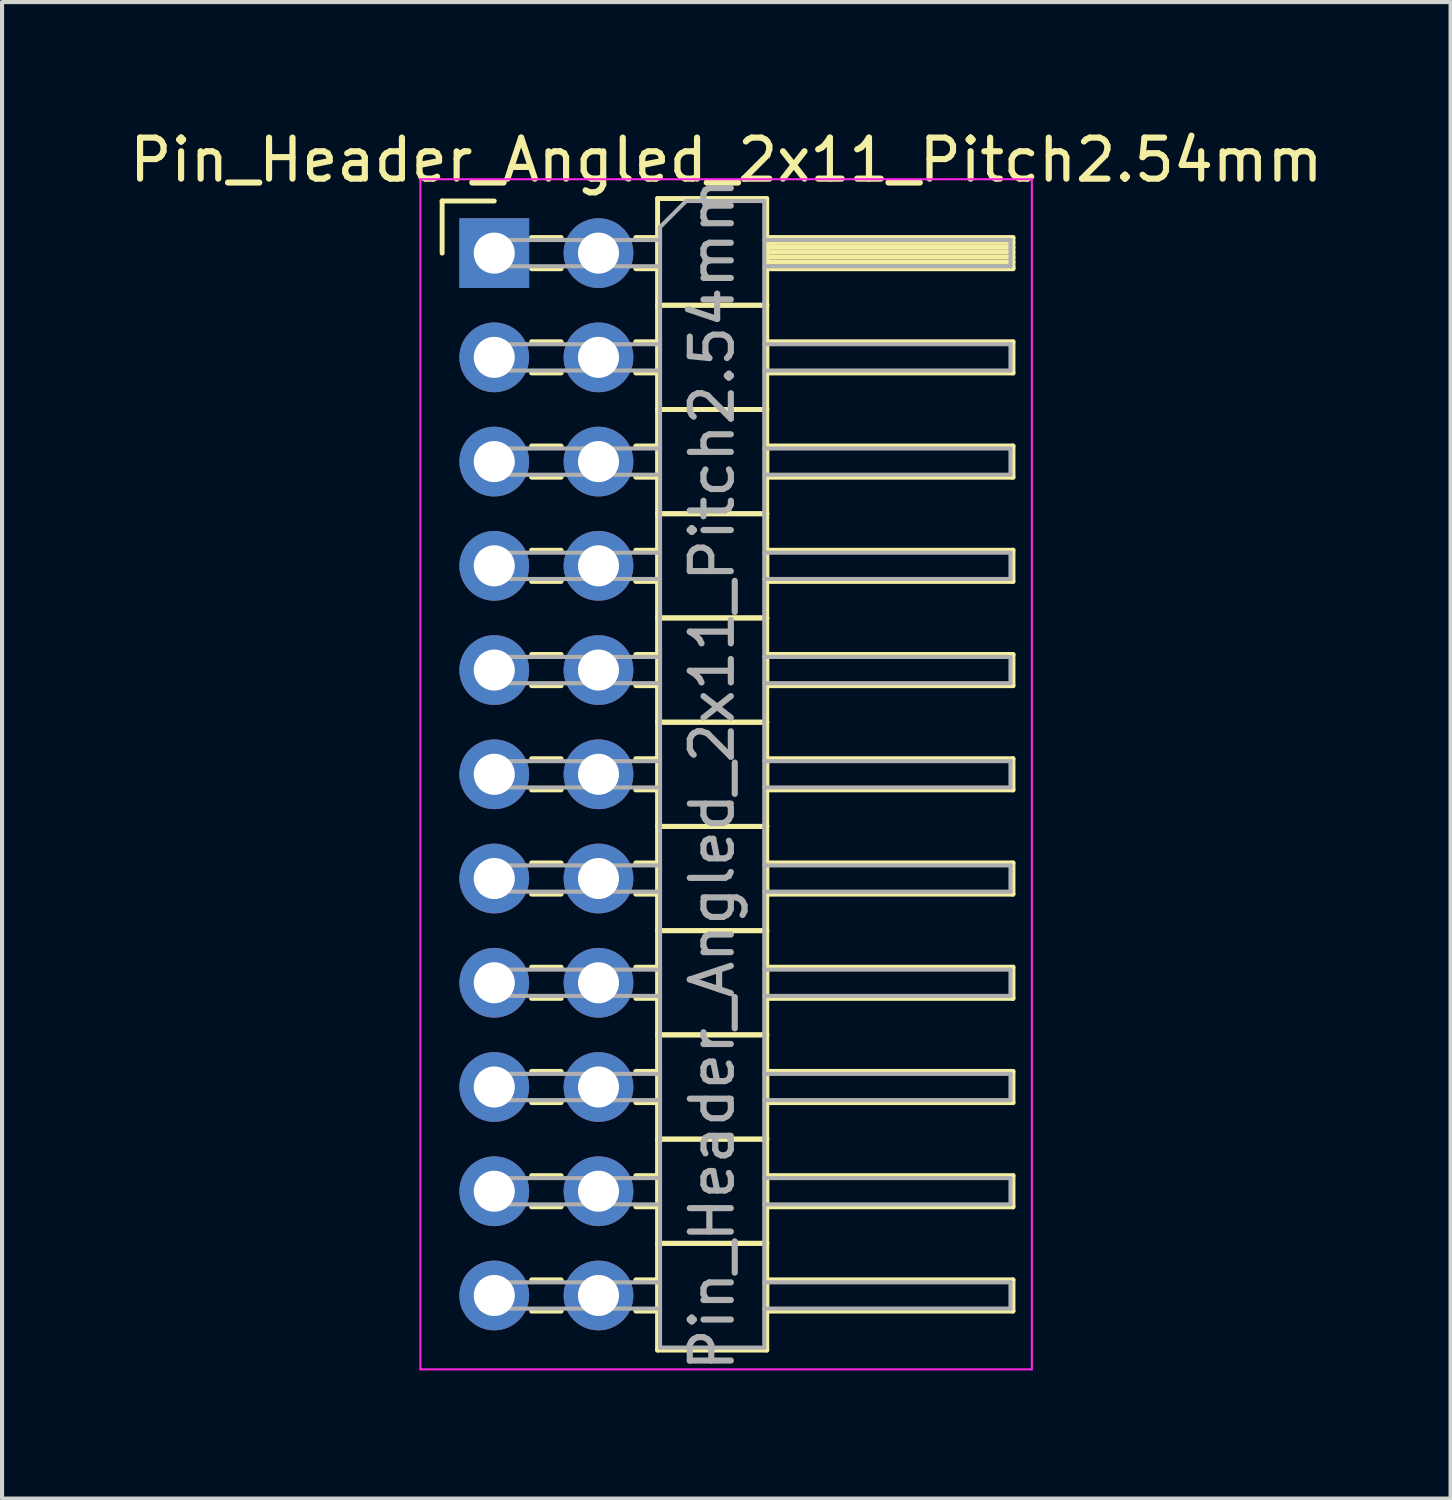
<source format=kicad_pcb>
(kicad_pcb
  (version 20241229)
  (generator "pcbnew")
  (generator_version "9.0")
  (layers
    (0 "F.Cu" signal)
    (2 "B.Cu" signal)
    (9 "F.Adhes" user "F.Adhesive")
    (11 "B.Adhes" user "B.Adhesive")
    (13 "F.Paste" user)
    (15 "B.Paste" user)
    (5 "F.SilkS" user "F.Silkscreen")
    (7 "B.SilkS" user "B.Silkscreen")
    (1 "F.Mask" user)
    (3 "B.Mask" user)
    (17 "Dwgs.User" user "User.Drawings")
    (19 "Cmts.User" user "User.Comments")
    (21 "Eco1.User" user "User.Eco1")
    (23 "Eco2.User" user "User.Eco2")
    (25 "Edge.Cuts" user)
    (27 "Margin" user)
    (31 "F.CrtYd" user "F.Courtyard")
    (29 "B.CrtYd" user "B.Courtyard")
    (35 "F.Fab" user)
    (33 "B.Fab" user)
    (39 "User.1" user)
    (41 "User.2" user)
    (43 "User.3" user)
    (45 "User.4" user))
  (footprint "Pin_Header_Angled_2x11_Pitch2.54mm"
    (layer "F.Cu")
    (at 8.994 3.118)
    (property "Reference" "Pin_Header_Angled_2x11_Pitch2.54mm" (at 5.655 -2.27 0) (layer "F.SilkS") (effects (font (size 1 1) (thickness 0.15))))
    (attr through_hole)
    (fp_line (start -1.27 -1.27) (end 0 -1.27) (stroke (width 0.12) (type solid)) (layer "F.SilkS"))
    (fp_line (start -1.27 0) (end -1.27 -1.27) (stroke (width 0.12) (type solid)) (layer "F.SilkS"))
    (fp_line (start 0.91 -0.38) (end 1.63 -0.38) (stroke (width 0.12) (type solid)) (layer "F.SilkS"))
    (fp_line (start 0.91 0.38) (end 1.63 0.38) (stroke (width 0.12) (type solid)) (layer "F.SilkS"))
    (fp_line (start 0.91 2.16) (end 1.63 2.16) (stroke (width 0.12) (type solid)) (layer "F.SilkS"))
    (fp_line (start 0.91 2.92) (end 1.63 2.92) (stroke (width 0.12) (type solid)) (layer "F.SilkS"))
    (fp_line (start 0.91 4.7) (end 1.63 4.7) (stroke (width 0.12) (type solid)) (layer "F.SilkS"))
    (fp_line (start 0.91 5.46) (end 1.63 5.46) (stroke (width 0.12) (type solid)) (layer "F.SilkS"))
    (fp_line (start 0.91 7.24) (end 1.63 7.24) (stroke (width 0.12) (type solid)) (layer "F.SilkS"))
    (fp_line (start 0.91 8) (end 1.63 8) (stroke (width 0.12) (type solid)) (layer "F.SilkS"))
    (fp_line (start 0.91 9.78) (end 1.63 9.78) (stroke (width 0.12) (type solid)) (layer "F.SilkS"))
    (fp_line (start 0.91 10.54) (end 1.63 10.54) (stroke (width 0.12) (type solid)) (layer "F.SilkS"))
    (fp_line (start 0.91 12.32) (end 1.63 12.32) (stroke (width 0.12) (type solid)) (layer "F.SilkS"))
    (fp_line (start 0.91 13.08) (end 1.63 13.08) (stroke (width 0.12) (type solid)) (layer "F.SilkS"))
    (fp_line (start 0.91 14.86) (end 1.63 14.86) (stroke (width 0.12) (type solid)) (layer "F.SilkS"))
    (fp_line (start 0.91 15.62) (end 1.63 15.62) (stroke (width 0.12) (type solid)) (layer "F.SilkS"))
    (fp_line (start 0.91 17.4) (end 1.63 17.4) (stroke (width 0.12) (type solid)) (layer "F.SilkS"))
    (fp_line (start 0.91 18.16) (end 1.63 18.16) (stroke (width 0.12) (type solid)) (layer "F.SilkS"))
    (fp_line (start 0.91 19.94) (end 1.63 19.94) (stroke (width 0.12) (type solid)) (layer "F.SilkS"))
    (fp_line (start 0.91 20.7) (end 1.63 20.7) (stroke (width 0.12) (type solid)) (layer "F.SilkS"))
    (fp_line (start 0.91 22.48) (end 1.63 22.48) (stroke (width 0.12) (type solid)) (layer "F.SilkS"))
    (fp_line (start 0.91 23.24) (end 1.63 23.24) (stroke (width 0.12) (type solid)) (layer "F.SilkS"))
    (fp_line (start 0.91 25.02) (end 1.63 25.02) (stroke (width 0.12) (type solid)) (layer "F.SilkS"))
    (fp_line (start 0.91 25.78) (end 1.63 25.78) (stroke (width 0.12) (type solid)) (layer "F.SilkS"))
    (fp_line (start 3.45 -0.38) (end 3.98 -0.38) (stroke (width 0.12) (type solid)) (layer "F.SilkS"))
    (fp_line (start 3.45 0.38) (end 3.98 0.38) (stroke (width 0.12) (type solid)) (layer "F.SilkS"))
    (fp_line (start 3.45 2.16) (end 3.98 2.16) (stroke (width 0.12) (type solid)) (layer "F.SilkS"))
    (fp_line (start 3.45 2.92) (end 3.98 2.92) (stroke (width 0.12) (type solid)) (layer "F.SilkS"))
    (fp_line (start 3.45 4.7) (end 3.98 4.7) (stroke (width 0.12) (type solid)) (layer "F.SilkS"))
    (fp_line (start 3.45 5.46) (end 3.98 5.46) (stroke (width 0.12) (type solid)) (layer "F.SilkS"))
    (fp_line (start 3.45 7.24) (end 3.98 7.24) (stroke (width 0.12) (type solid)) (layer "F.SilkS"))
    (fp_line (start 3.45 8) (end 3.98 8) (stroke (width 0.12) (type solid)) (layer "F.SilkS"))
    (fp_line (start 3.45 9.78) (end 3.98 9.78) (stroke (width 0.12) (type solid)) (layer "F.SilkS"))
    (fp_line (start 3.45 10.54) (end 3.98 10.54) (stroke (width 0.12) (type solid)) (layer "F.SilkS"))
    (fp_line (start 3.45 12.32) (end 3.98 12.32) (stroke (width 0.12) (type solid)) (layer "F.SilkS"))
    (fp_line (start 3.45 13.08) (end 3.98 13.08) (stroke (width 0.12) (type solid)) (layer "F.SilkS"))
    (fp_line (start 3.45 14.86) (end 3.98 14.86) (stroke (width 0.12) (type solid)) (layer "F.SilkS"))
    (fp_line (start 3.45 15.62) (end 3.98 15.62) (stroke (width 0.12) (type solid)) (layer "F.SilkS"))
    (fp_line (start 3.45 17.4) (end 3.98 17.4) (stroke (width 0.12) (type solid)) (layer "F.SilkS"))
    (fp_line (start 3.45 18.16) (end 3.98 18.16) (stroke (width 0.12) (type solid)) (layer "F.SilkS"))
    (fp_line (start 3.45 19.94) (end 3.98 19.94) (stroke (width 0.12) (type solid)) (layer "F.SilkS"))
    (fp_line (start 3.45 20.7) (end 3.98 20.7) (stroke (width 0.12) (type solid)) (layer "F.SilkS"))
    (fp_line (start 3.45 22.48) (end 3.98 22.48) (stroke (width 0.12) (type solid)) (layer "F.SilkS"))
    (fp_line (start 3.45 23.24) (end 3.98 23.24) (stroke (width 0.12) (type solid)) (layer "F.SilkS"))
    (fp_line (start 3.45 25.02) (end 3.98 25.02) (stroke (width 0.12) (type solid)) (layer "F.SilkS"))
    (fp_line (start 3.45 25.78) (end 3.98 25.78) (stroke (width 0.12) (type solid)) (layer "F.SilkS"))
    (fp_line (start 3.98 -1.33) (end 3.98 1.27) (stroke (width 0.12) (type solid)) (layer "F.SilkS"))
    (fp_line (start 3.98 1.27) (end 3.98 3.81) (stroke (width 0.12) (type solid)) (layer "F.SilkS"))
    (fp_line (start 3.98 1.27) (end 6.64 1.27) (stroke (width 0.12) (type solid)) (layer "F.SilkS"))
    (fp_line (start 3.98 3.81) (end 3.98 6.35) (stroke (width 0.12) (type solid)) (layer "F.SilkS"))
    (fp_line (start 3.98 3.81) (end 6.64 3.81) (stroke (width 0.12) (type solid)) (layer "F.SilkS"))
    (fp_line (start 3.98 6.35) (end 3.98 8.89) (stroke (width 0.12) (type solid)) (layer "F.SilkS"))
    (fp_line (start 3.98 6.35) (end 6.64 6.35) (stroke (width 0.12) (type solid)) (layer "F.SilkS"))
    (fp_line (start 3.98 8.89) (end 3.98 11.43) (stroke (width 0.12) (type solid)) (layer "F.SilkS"))
    (fp_line (start 3.98 8.89) (end 6.64 8.89) (stroke (width 0.12) (type solid)) (layer "F.SilkS"))
    (fp_line (start 3.98 11.43) (end 3.98 13.97) (stroke (width 0.12) (type solid)) (layer "F.SilkS"))
    (fp_line (start 3.98 11.43) (end 6.64 11.43) (stroke (width 0.12) (type solid)) (layer "F.SilkS"))
    (fp_line (start 3.98 13.97) (end 3.98 16.51) (stroke (width 0.12) (type solid)) (layer "F.SilkS"))
    (fp_line (start 3.98 13.97) (end 6.64 13.97) (stroke (width 0.12) (type solid)) (layer "F.SilkS"))
    (fp_line (start 3.98 16.51) (end 3.98 19.05) (stroke (width 0.12) (type solid)) (layer "F.SilkS"))
    (fp_line (start 3.98 16.51) (end 6.64 16.51) (stroke (width 0.12) (type solid)) (layer "F.SilkS"))
    (fp_line (start 3.98 19.05) (end 3.98 21.59) (stroke (width 0.12) (type solid)) (layer "F.SilkS"))
    (fp_line (start 3.98 19.05) (end 6.64 19.05) (stroke (width 0.12) (type solid)) (layer "F.SilkS"))
    (fp_line (start 3.98 21.59) (end 3.98 24.13) (stroke (width 0.12) (type solid)) (layer "F.SilkS"))
    (fp_line (start 3.98 21.59) (end 6.64 21.59) (stroke (width 0.12) (type solid)) (layer "F.SilkS"))
    (fp_line (start 3.98 24.13) (end 3.98 26.73) (stroke (width 0.12) (type solid)) (layer "F.SilkS"))
    (fp_line (start 3.98 24.13) (end 6.64 24.13) (stroke (width 0.12) (type solid)) (layer "F.SilkS"))
    (fp_line (start 3.98 26.73) (end 6.64 26.73) (stroke (width 0.12) (type solid)) (layer "F.SilkS"))
    (fp_line (start 6.64 -1.33) (end 3.98 -1.33) (stroke (width 0.12) (type solid)) (layer "F.SilkS"))
    (fp_line (start 6.64 -0.38) (end 6.64 0.38) (stroke (width 0.12) (type solid)) (layer "F.SilkS"))
    (fp_line (start 6.64 -0.26) (end 12.64 -0.26) (stroke (width 0.12) (type solid)) (layer "F.SilkS"))
    (fp_line (start 6.64 -0.14) (end 12.64 -0.14) (stroke (width 0.12) (type solid)) (layer "F.SilkS"))
    (fp_line (start 6.64 -0.02) (end 12.64 -0.02) (stroke (width 0.12) (type solid)) (layer "F.SilkS"))
    (fp_line (start 6.64 0.1) (end 12.64 0.1) (stroke (width 0.12) (type solid)) (layer "F.SilkS"))
    (fp_line (start 6.64 0.22) (end 12.64 0.22) (stroke (width 0.12) (type solid)) (layer "F.SilkS"))
    (fp_line (start 6.64 0.34) (end 12.64 0.34) (stroke (width 0.12) (type solid)) (layer "F.SilkS"))
    (fp_line (start 6.64 0.38) (end 12.64 0.38) (stroke (width 0.12) (type solid)) (layer "F.SilkS"))
    (fp_line (start 6.64 1.27) (end 3.98 1.27) (stroke (width 0.12) (type solid)) (layer "F.SilkS"))
    (fp_line (start 6.64 1.27) (end 6.64 -1.33) (stroke (width 0.12) (type solid)) (layer "F.SilkS"))
    (fp_line (start 6.64 2.16) (end 6.64 2.92) (stroke (width 0.12) (type solid)) (layer "F.SilkS"))
    (fp_line (start 6.64 2.92) (end 12.64 2.92) (stroke (width 0.12) (type solid)) (layer "F.SilkS"))
    (fp_line (start 6.64 3.81) (end 3.98 3.81) (stroke (width 0.12) (type solid)) (layer "F.SilkS"))
    (fp_line (start 6.64 3.81) (end 6.64 1.27) (stroke (width 0.12) (type solid)) (layer "F.SilkS"))
    (fp_line (start 6.64 4.7) (end 6.64 5.46) (stroke (width 0.12) (type solid)) (layer "F.SilkS"))
    (fp_line (start 6.64 5.46) (end 12.64 5.46) (stroke (width 0.12) (type solid)) (layer "F.SilkS"))
    (fp_line (start 6.64 6.35) (end 3.98 6.35) (stroke (width 0.12) (type solid)) (layer "F.SilkS"))
    (fp_line (start 6.64 6.35) (end 6.64 3.81) (stroke (width 0.12) (type solid)) (layer "F.SilkS"))
    (fp_line (start 6.64 7.24) (end 6.64 8) (stroke (width 0.12) (type solid)) (layer "F.SilkS"))
    (fp_line (start 6.64 8) (end 12.64 8) (stroke (width 0.12) (type solid)) (layer "F.SilkS"))
    (fp_line (start 6.64 8.89) (end 3.98 8.89) (stroke (width 0.12) (type solid)) (layer "F.SilkS"))
    (fp_line (start 6.64 8.89) (end 6.64 6.35) (stroke (width 0.12) (type solid)) (layer "F.SilkS"))
    (fp_line (start 6.64 9.78) (end 6.64 10.54) (stroke (width 0.12) (type solid)) (layer "F.SilkS"))
    (fp_line (start 6.64 10.54) (end 12.64 10.54) (stroke (width 0.12) (type solid)) (layer "F.SilkS"))
    (fp_line (start 6.64 11.43) (end 3.98 11.43) (stroke (width 0.12) (type solid)) (layer "F.SilkS"))
    (fp_line (start 6.64 11.43) (end 6.64 8.89) (stroke (width 0.12) (type solid)) (layer "F.SilkS"))
    (fp_line (start 6.64 12.32) (end 6.64 13.08) (stroke (width 0.12) (type solid)) (layer "F.SilkS"))
    (fp_line (start 6.64 13.08) (end 12.64 13.08) (stroke (width 0.12) (type solid)) (layer "F.SilkS"))
    (fp_line (start 6.64 13.97) (end 3.98 13.97) (stroke (width 0.12) (type solid)) (layer "F.SilkS"))
    (fp_line (start 6.64 13.97) (end 6.64 11.43) (stroke (width 0.12) (type solid)) (layer "F.SilkS"))
    (fp_line (start 6.64 14.86) (end 6.64 15.62) (stroke (width 0.12) (type solid)) (layer "F.SilkS"))
    (fp_line (start 6.64 15.62) (end 12.64 15.62) (stroke (width 0.12) (type solid)) (layer "F.SilkS"))
    (fp_line (start 6.64 16.51) (end 3.98 16.51) (stroke (width 0.12) (type solid)) (layer "F.SilkS"))
    (fp_line (start 6.64 16.51) (end 6.64 13.97) (stroke (width 0.12) (type solid)) (layer "F.SilkS"))
    (fp_line (start 6.64 17.4) (end 6.64 18.16) (stroke (width 0.12) (type solid)) (layer "F.SilkS"))
    (fp_line (start 6.64 18.16) (end 12.64 18.16) (stroke (width 0.12) (type solid)) (layer "F.SilkS"))
    (fp_line (start 6.64 19.05) (end 3.98 19.05) (stroke (width 0.12) (type solid)) (layer "F.SilkS"))
    (fp_line (start 6.64 19.05) (end 6.64 16.51) (stroke (width 0.12) (type solid)) (layer "F.SilkS"))
    (fp_line (start 6.64 19.94) (end 6.64 20.7) (stroke (width 0.12) (type solid)) (layer "F.SilkS"))
    (fp_line (start 6.64 20.7) (end 12.64 20.7) (stroke (width 0.12) (type solid)) (layer "F.SilkS"))
    (fp_line (start 6.64 21.59) (end 3.98 21.59) (stroke (width 0.12) (type solid)) (layer "F.SilkS"))
    (fp_line (start 6.64 21.59) (end 6.64 19.05) (stroke (width 0.12) (type solid)) (layer "F.SilkS"))
    (fp_line (start 6.64 22.48) (end 6.64 23.24) (stroke (width 0.12) (type solid)) (layer "F.SilkS"))
    (fp_line (start 6.64 23.24) (end 12.64 23.24) (stroke (width 0.12) (type solid)) (layer "F.SilkS"))
    (fp_line (start 6.64 24.13) (end 3.98 24.13) (stroke (width 0.12) (type solid)) (layer "F.SilkS"))
    (fp_line (start 6.64 24.13) (end 6.64 21.59) (stroke (width 0.12) (type solid)) (layer "F.SilkS"))
    (fp_line (start 6.64 25.02) (end 6.64 25.78) (stroke (width 0.12) (type solid)) (layer "F.SilkS"))
    (fp_line (start 6.64 25.78) (end 12.64 25.78) (stroke (width 0.12) (type solid)) (layer "F.SilkS"))
    (fp_line (start 6.64 26.73) (end 6.64 24.13) (stroke (width 0.12) (type solid)) (layer "F.SilkS"))
    (fp_line (start 12.64 -0.38) (end 6.64 -0.38) (stroke (width 0.12) (type solid)) (layer "F.SilkS"))
    (fp_line (start 12.64 0.38) (end 12.64 -0.38) (stroke (width 0.12) (type solid)) (layer "F.SilkS"))
    (fp_line (start 12.64 2.16) (end 6.64 2.16) (stroke (width 0.12) (type solid)) (layer "F.SilkS"))
    (fp_line (start 12.64 2.92) (end 12.64 2.16) (stroke (width 0.12) (type solid)) (layer "F.SilkS"))
    (fp_line (start 12.64 4.7) (end 6.64 4.7) (stroke (width 0.12) (type solid)) (layer "F.SilkS"))
    (fp_line (start 12.64 5.46) (end 12.64 4.7) (stroke (width 0.12) (type solid)) (layer "F.SilkS"))
    (fp_line (start 12.64 7.24) (end 6.64 7.24) (stroke (width 0.12) (type solid)) (layer "F.SilkS"))
    (fp_line (start 12.64 8) (end 12.64 7.24) (stroke (width 0.12) (type solid)) (layer "F.SilkS"))
    (fp_line (start 12.64 9.78) (end 6.64 9.78) (stroke (width 0.12) (type solid)) (layer "F.SilkS"))
    (fp_line (start 12.64 10.54) (end 12.64 9.78) (stroke (width 0.12) (type solid)) (layer "F.SilkS"))
    (fp_line (start 12.64 12.32) (end 6.64 12.32) (stroke (width 0.12) (type solid)) (layer "F.SilkS"))
    (fp_line (start 12.64 13.08) (end 12.64 12.32) (stroke (width 0.12) (type solid)) (layer "F.SilkS"))
    (fp_line (start 12.64 14.86) (end 6.64 14.86) (stroke (width 0.12) (type solid)) (layer "F.SilkS"))
    (fp_line (start 12.64 15.62) (end 12.64 14.86) (stroke (width 0.12) (type solid)) (layer "F.SilkS"))
    (fp_line (start 12.64 17.4) (end 6.64 17.4) (stroke (width 0.12) (type solid)) (layer "F.SilkS"))
    (fp_line (start 12.64 18.16) (end 12.64 17.4) (stroke (width 0.12) (type solid)) (layer "F.SilkS"))
    (fp_line (start 12.64 19.94) (end 6.64 19.94) (stroke (width 0.12) (type solid)) (layer "F.SilkS"))
    (fp_line (start 12.64 20.7) (end 12.64 19.94) (stroke (width 0.12) (type solid)) (layer "F.SilkS"))
    (fp_line (start 12.64 22.48) (end 6.64 22.48) (stroke (width 0.12) (type solid)) (layer "F.SilkS"))
    (fp_line (start 12.64 23.24) (end 12.64 22.48) (stroke (width 0.12) (type solid)) (layer "F.SilkS"))
    (fp_line (start 12.64 25.02) (end 6.64 25.02) (stroke (width 0.12) (type solid)) (layer "F.SilkS"))
    (fp_line (start 12.64 25.78) (end 12.64 25.02) (stroke (width 0.12) (type solid)) (layer "F.SilkS"))
    (fp_line (start -1.8 -1.8) (end -1.8 27.2) (stroke (width 0.05) (type solid)) (layer "F.CrtYd"))
    (fp_line (start -1.8 27.2) (end 13.1 27.2) (stroke (width 0.05) (type solid)) (layer "F.CrtYd"))
    (fp_line (start 13.1 -1.8) (end -1.8 -1.8) (stroke (width 0.05) (type solid)) (layer "F.CrtYd"))
    (fp_line (start 13.1 27.2) (end 13.1 -1.8) (stroke (width 0.05) (type solid)) (layer "F.CrtYd"))
    (fp_line (start -0.32 -0.32) (end -0.32 0.32) (stroke (width 0.1) (type solid)) (layer "F.Fab"))
    (fp_line (start -0.32 -0.32) (end 4.04 -0.32) (stroke (width 0.1) (type solid)) (layer "F.Fab"))
    (fp_line (start -0.32 0.32) (end 4.04 0.32) (stroke (width 0.1) (type solid)) (layer "F.Fab"))
    (fp_line (start -0.32 2.22) (end -0.32 2.86) (stroke (width 0.1) (type solid)) (layer "F.Fab"))
    (fp_line (start -0.32 2.22) (end 4.04 2.22) (stroke (width 0.1) (type solid)) (layer "F.Fab"))
    (fp_line (start -0.32 2.86) (end 4.04 2.86) (stroke (width 0.1) (type solid)) (layer "F.Fab"))
    (fp_line (start -0.32 4.76) (end -0.32 5.4) (stroke (width 0.1) (type solid)) (layer "F.Fab"))
    (fp_line (start -0.32 4.76) (end 4.04 4.76) (stroke (width 0.1) (type solid)) (layer "F.Fab"))
    (fp_line (start -0.32 5.4) (end 4.04 5.4) (stroke (width 0.1) (type solid)) (layer "F.Fab"))
    (fp_line (start -0.32 7.3) (end -0.32 7.94) (stroke (width 0.1) (type solid)) (layer "F.Fab"))
    (fp_line (start -0.32 7.3) (end 4.04 7.3) (stroke (width 0.1) (type solid)) (layer "F.Fab"))
    (fp_line (start -0.32 7.94) (end 4.04 7.94) (stroke (width 0.1) (type solid)) (layer "F.Fab"))
    (fp_line (start -0.32 9.84) (end -0.32 10.48) (stroke (width 0.1) (type solid)) (layer "F.Fab"))
    (fp_line (start -0.32 9.84) (end 4.04 9.84) (stroke (width 0.1) (type solid)) (layer "F.Fab"))
    (fp_line (start -0.32 10.48) (end 4.04 10.48) (stroke (width 0.1) (type solid)) (layer "F.Fab"))
    (fp_line (start -0.32 12.38) (end -0.32 13.02) (stroke (width 0.1) (type solid)) (layer "F.Fab"))
    (fp_line (start -0.32 12.38) (end 4.04 12.38) (stroke (width 0.1) (type solid)) (layer "F.Fab"))
    (fp_line (start -0.32 13.02) (end 4.04 13.02) (stroke (width 0.1) (type solid)) (layer "F.Fab"))
    (fp_line (start -0.32 14.92) (end -0.32 15.56) (stroke (width 0.1) (type solid)) (layer "F.Fab"))
    (fp_line (start -0.32 14.92) (end 4.04 14.92) (stroke (width 0.1) (type solid)) (layer "F.Fab"))
    (fp_line (start -0.32 15.56) (end 4.04 15.56) (stroke (width 0.1) (type solid)) (layer "F.Fab"))
    (fp_line (start -0.32 17.46) (end -0.32 18.1) (stroke (width 0.1) (type solid)) (layer "F.Fab"))
    (fp_line (start -0.32 17.46) (end 4.04 17.46) (stroke (width 0.1) (type solid)) (layer "F.Fab"))
    (fp_line (start -0.32 18.1) (end 4.04 18.1) (stroke (width 0.1) (type solid)) (layer "F.Fab"))
    (fp_line (start -0.32 20) (end -0.32 20.64) (stroke (width 0.1) (type solid)) (layer "F.Fab"))
    (fp_line (start -0.32 20) (end 4.04 20) (stroke (width 0.1) (type solid)) (layer "F.Fab"))
    (fp_line (start -0.32 20.64) (end 4.04 20.64) (stroke (width 0.1) (type solid)) (layer "F.Fab"))
    (fp_line (start -0.32 22.54) (end -0.32 23.18) (stroke (width 0.1) (type solid)) (layer "F.Fab"))
    (fp_line (start -0.32 22.54) (end 4.04 22.54) (stroke (width 0.1) (type solid)) (layer "F.Fab"))
    (fp_line (start -0.32 23.18) (end 4.04 23.18) (stroke (width 0.1) (type solid)) (layer "F.Fab"))
    (fp_line (start -0.32 25.08) (end -0.32 25.72) (stroke (width 0.1) (type solid)) (layer "F.Fab"))
    (fp_line (start -0.32 25.08) (end 4.04 25.08) (stroke (width 0.1) (type solid)) (layer "F.Fab"))
    (fp_line (start -0.32 25.72) (end 4.04 25.72) (stroke (width 0.1) (type solid)) (layer "F.Fab"))
    (fp_line (start 4.04 -0.635) (end 4.675 -1.27) (stroke (width 0.1) (type solid)) (layer "F.Fab"))
    (fp_line (start 4.04 26.67) (end 4.04 -0.635) (stroke (width 0.1) (type solid)) (layer "F.Fab"))
    (fp_line (start 4.675 -1.27) (end 6.58 -1.27) (stroke (width 0.1) (type solid)) (layer "F.Fab"))
    (fp_line (start 6.58 -1.27) (end 6.58 26.67) (stroke (width 0.1) (type solid)) (layer "F.Fab"))
    (fp_line (start 6.58 -0.32) (end 12.58 -0.32) (stroke (width 0.1) (type solid)) (layer "F.Fab"))
    (fp_line (start 6.58 0.32) (end 12.58 0.32) (stroke (width 0.1) (type solid)) (layer "F.Fab"))
    (fp_line (start 6.58 2.22) (end 12.58 2.22) (stroke (width 0.1) (type solid)) (layer "F.Fab"))
    (fp_line (start 6.58 2.86) (end 12.58 2.86) (stroke (width 0.1) (type solid)) (layer "F.Fab"))
    (fp_line (start 6.58 4.76) (end 12.58 4.76) (stroke (width 0.1) (type solid)) (layer "F.Fab"))
    (fp_line (start 6.58 5.4) (end 12.58 5.4) (stroke (width 0.1) (type solid)) (layer "F.Fab"))
    (fp_line (start 6.58 7.3) (end 12.58 7.3) (stroke (width 0.1) (type solid)) (layer "F.Fab"))
    (fp_line (start 6.58 7.94) (end 12.58 7.94) (stroke (width 0.1) (type solid)) (layer "F.Fab"))
    (fp_line (start 6.58 9.84) (end 12.58 9.84) (stroke (width 0.1) (type solid)) (layer "F.Fab"))
    (fp_line (start 6.58 10.48) (end 12.58 10.48) (stroke (width 0.1) (type solid)) (layer "F.Fab"))
    (fp_line (start 6.58 12.38) (end 12.58 12.38) (stroke (width 0.1) (type solid)) (layer "F.Fab"))
    (fp_line (start 6.58 13.02) (end 12.58 13.02) (stroke (width 0.1) (type solid)) (layer "F.Fab"))
    (fp_line (start 6.58 14.92) (end 12.58 14.92) (stroke (width 0.1) (type solid)) (layer "F.Fab"))
    (fp_line (start 6.58 15.56) (end 12.58 15.56) (stroke (width 0.1) (type solid)) (layer "F.Fab"))
    (fp_line (start 6.58 17.46) (end 12.58 17.46) (stroke (width 0.1) (type solid)) (layer "F.Fab"))
    (fp_line (start 6.58 18.1) (end 12.58 18.1) (stroke (width 0.1) (type solid)) (layer "F.Fab"))
    (fp_line (start 6.58 20) (end 12.58 20) (stroke (width 0.1) (type solid)) (layer "F.Fab"))
    (fp_line (start 6.58 20.64) (end 12.58 20.64) (stroke (width 0.1) (type solid)) (layer "F.Fab"))
    (fp_line (start 6.58 22.54) (end 12.58 22.54) (stroke (width 0.1) (type solid)) (layer "F.Fab"))
    (fp_line (start 6.58 23.18) (end 12.58 23.18) (stroke (width 0.1) (type solid)) (layer "F.Fab"))
    (fp_line (start 6.58 25.08) (end 12.58 25.08) (stroke (width 0.1) (type solid)) (layer "F.Fab"))
    (fp_line (start 6.58 25.72) (end 12.58 25.72) (stroke (width 0.1) (type solid)) (layer "F.Fab"))
    (fp_line (start 6.58 26.67) (end 4.04 26.67) (stroke (width 0.1) (type solid)) (layer "F.Fab"))
    (fp_line (start 12.58 -0.32) (end 12.58 0.32) (stroke (width 0.1) (type solid)) (layer "F.Fab"))
    (fp_line (start 12.58 2.22) (end 12.58 2.86) (stroke (width 0.1) (type solid)) (layer "F.Fab"))
    (fp_line (start 12.58 4.76) (end 12.58 5.4) (stroke (width 0.1) (type solid)) (layer "F.Fab"))
    (fp_line (start 12.58 7.3) (end 12.58 7.94) (stroke (width 0.1) (type solid)) (layer "F.Fab"))
    (fp_line (start 12.58 9.84) (end 12.58 10.48) (stroke (width 0.1) (type solid)) (layer "F.Fab"))
    (fp_line (start 12.58 12.38) (end 12.58 13.02) (stroke (width 0.1) (type solid)) (layer "F.Fab"))
    (fp_line (start 12.58 14.92) (end 12.58 15.56) (stroke (width 0.1) (type solid)) (layer "F.Fab"))
    (fp_line (start 12.58 17.46) (end 12.58 18.1) (stroke (width 0.1) (type solid)) (layer "F.Fab"))
    (fp_line (start 12.58 20) (end 12.58 20.64) (stroke (width 0.1) (type solid)) (layer "F.Fab"))
    (fp_line (start 12.58 22.54) (end 12.58 23.18) (stroke (width 0.1) (type solid)) (layer "F.Fab"))
    (fp_line (start 12.58 25.08) (end 12.58 25.72) (stroke (width 0.1) (type solid)) (layer "F.Fab"))
    (fp_text user "${REFERENCE}" (at 5.31 12.7 90) (layer "F.Fab") (effects (font (size 1 1) (thickness 0.15))))
    (pad "1" thru_hole rect (at 0 0) (size 1.7 1.7) (drill 1) (layers "*.Cu" "*.Mask"))
    (pad "2" thru_hole oval (at 2.54 0) (size 1.7 1.7) (drill 1) (layers "*.Cu" "*.Mask"))
    (pad "3" thru_hole oval (at 0 2.54) (size 1.7 1.7) (drill 1) (layers "*.Cu" "*.Mask"))
    (pad "4" thru_hole oval (at 2.54 2.54) (size 1.7 1.7) (drill 1) (layers "*.Cu" "*.Mask"))
    (pad "5" thru_hole oval (at 0 5.08) (size 1.7 1.7) (drill 1) (layers "*.Cu" "*.Mask"))
    (pad "6" thru_hole oval (at 2.54 5.08) (size 1.7 1.7) (drill 1) (layers "*.Cu" "*.Mask"))
    (pad "7" thru_hole oval (at 0 7.62) (size 1.7 1.7) (drill 1) (layers "*.Cu" "*.Mask"))
    (pad "8" thru_hole oval (at 2.54 7.62) (size 1.7 1.7) (drill 1) (layers "*.Cu" "*.Mask"))
    (pad "9" thru_hole oval (at 0 10.16) (size 1.7 1.7) (drill 1) (layers "*.Cu" "*.Mask"))
    (pad "10" thru_hole oval (at 2.54 10.16) (size 1.7 1.7) (drill 1) (layers "*.Cu" "*.Mask"))
    (pad "11" thru_hole oval (at 0 12.7) (size 1.7 1.7) (drill 1) (layers "*.Cu" "*.Mask"))
    (pad "12" thru_hole oval (at 2.54 12.7) (size 1.7 1.7) (drill 1) (layers "*.Cu" "*.Mask"))
    (pad "13" thru_hole oval (at 0 15.24) (size 1.7 1.7) (drill 1) (layers "*.Cu" "*.Mask"))
    (pad "14" thru_hole oval (at 2.54 15.24) (size 1.7 1.7) (drill 1) (layers "*.Cu" "*.Mask"))
    (pad "15" thru_hole oval (at 0 17.78) (size 1.7 1.7) (drill 1) (layers "*.Cu" "*.Mask"))
    (pad "16" thru_hole oval (at 2.54 17.78) (size 1.7 1.7) (drill 1) (layers "*.Cu" "*.Mask"))
    (pad "17" thru_hole oval (at 0 20.32) (size 1.7 1.7) (drill 1) (layers "*.Cu" "*.Mask"))
    (pad "18" thru_hole oval (at 2.54 20.32) (size 1.7 1.7) (drill 1) (layers "*.Cu" "*.Mask"))
    (pad "19" thru_hole oval (at 0 22.86) (size 1.7 1.7) (drill 1) (layers "*.Cu" "*.Mask"))
    (pad "20" thru_hole oval (at 2.54 22.86) (size 1.7 1.7) (drill 1) (layers "*.Cu" "*.Mask"))
    (pad "21" thru_hole oval (at 0 25.4) (size 1.7 1.7) (drill 1) (layers "*.Cu" "*.Mask"))
    (pad "22" thru_hole oval (at 2.54 25.4) (size 1.7 1.7) (drill 1) (layers "*.Cu" "*.Mask")))
  (gr_rect
    (start -3 -3)
    (end 32.298 33.467)
    (stroke (width 0.1) (type default))
    (fill no)
    (layer "Edge.Cuts")))
</source>
